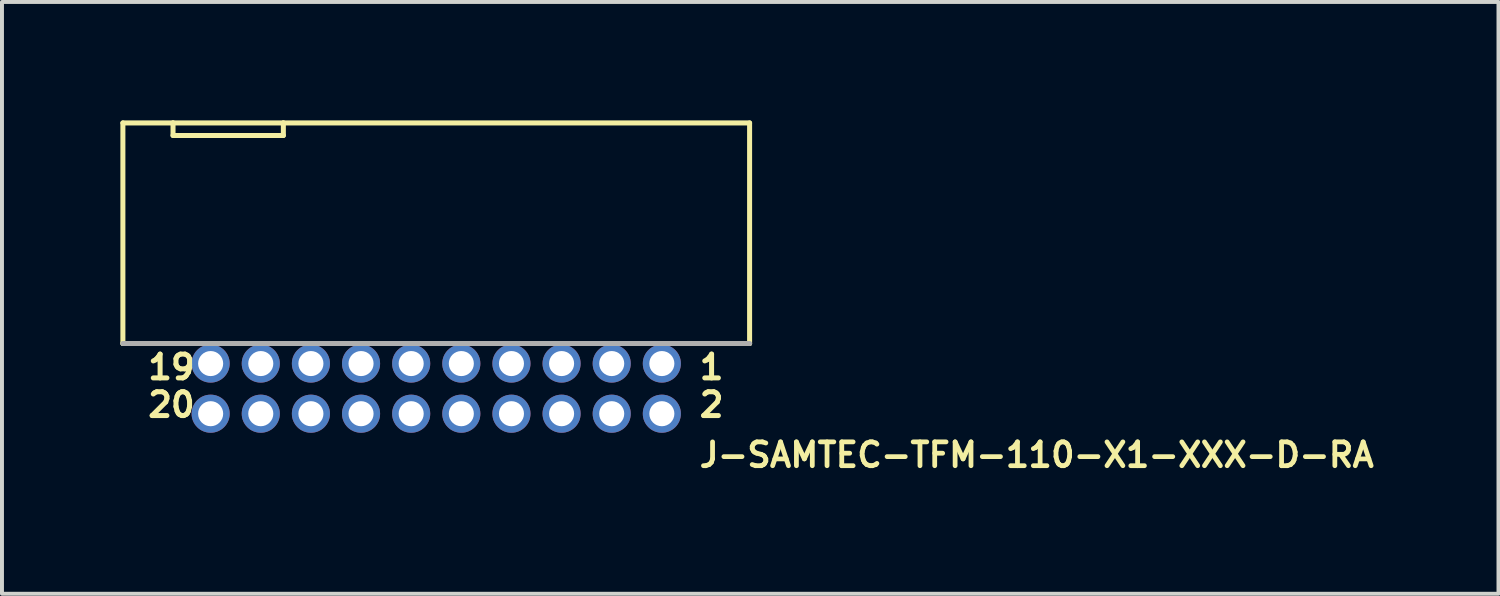
<source format=kicad_pcb>
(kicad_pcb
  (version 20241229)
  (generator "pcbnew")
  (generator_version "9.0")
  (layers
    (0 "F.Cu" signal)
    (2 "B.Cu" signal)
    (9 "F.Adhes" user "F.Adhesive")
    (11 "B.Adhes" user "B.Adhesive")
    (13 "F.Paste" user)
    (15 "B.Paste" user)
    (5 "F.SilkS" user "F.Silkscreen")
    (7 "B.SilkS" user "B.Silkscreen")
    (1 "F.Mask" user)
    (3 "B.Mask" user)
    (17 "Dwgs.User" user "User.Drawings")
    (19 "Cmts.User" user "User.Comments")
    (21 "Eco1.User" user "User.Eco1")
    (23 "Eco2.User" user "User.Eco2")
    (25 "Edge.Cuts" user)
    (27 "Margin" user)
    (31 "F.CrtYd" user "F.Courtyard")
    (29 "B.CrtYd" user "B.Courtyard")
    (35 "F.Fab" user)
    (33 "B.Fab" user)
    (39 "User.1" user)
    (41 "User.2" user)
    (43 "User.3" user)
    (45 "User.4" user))
  (footprint "J-SAMTEC-TFM-110-X1-XXX-D-RA"
    (layer "F.Cu")
    (at 8.001 6.795)
    (property "Reference" "J-SAMTEC-TFM-110-X1-XXX-D-RA" (at 6.604 2.032 0) (layer "F.SilkS") (effects (font (size 0.603 0.603) (thickness 0.121)) (justify left bottom)))
    (attr through_hole)
    (fp_line (start -7.938 -6.731) (end -6.668 -6.731) (stroke (width 0.127) (type solid)) (layer "F.SilkS"))
    (fp_line (start -7.938 -1.143) (end -7.938 -6.731) (stroke (width 0.127) (type solid)) (layer "F.SilkS"))
    (fp_line (start -7.938 -1.143) (end -6.668 -1.143) (stroke (width 0.127) (type solid)) (layer "F.SilkS"))
    (fp_line (start -6.668 -6.731) (end -6.668 -6.413) (stroke (width 0.127) (type solid)) (layer "F.SilkS"))
    (fp_line (start -6.668 -6.731) (end -3.873 -6.731) (stroke (width 0.127) (type solid)) (layer "F.SilkS"))
    (fp_line (start -6.668 -6.413) (end -3.873 -6.413) (stroke (width 0.127) (type solid)) (layer "F.SilkS"))
    (fp_line (start -3.873 -6.731) (end 7.938 -6.731) (stroke (width 0.127) (type solid)) (layer "F.SilkS"))
    (fp_line (start -3.873 -6.413) (end -3.873 -6.731) (stroke (width 0.127) (type solid)) (layer "F.SilkS"))
    (fp_line (start 6.477 -1.143) (end 7.938 -1.143) (stroke (width 0.127) (type solid)) (layer "F.SilkS"))
    (fp_line (start 7.938 -6.731) (end 7.938 -1.143) (stroke (width 0.127) (type solid)) (layer "F.SilkS"))
    (fp_line (start -7.938 -1.143) (end 7.938 -1.143) (stroke (width 0.127) (type solid)) (layer "F.Fab"))
    (fp_text user "1" (at 6.604 -0.191 0) (layer "F.SilkS") (effects (font (size 0.603 0.603) (thickness 0.127)) (justify left bottom)))
    (fp_text user "20" (at -7.366 0.762 0) (layer "F.SilkS") (effects (font (size 0.603 0.603) (thickness 0.127)) (justify left bottom)))
    (fp_text user "19" (at -7.366 -0.191 0) (layer "F.SilkS") (effects (font (size 0.603 0.603) (thickness 0.127)) (justify left bottom)))
    (fp_text user "2" (at 6.604 0.762 0) (layer "F.SilkS") (effects (font (size 0.603 0.603) (thickness 0.127)) (justify left bottom)))
    (pad "1" thru_hole circle (at 5.715 -0.635 90) (size 0.965 0.965) (drill 0.635) (layers "*.Cu" "*.Mask"))
    (pad "2" thru_hole circle (at 5.715 0.635 270) (size 0.965 0.965) (drill 0.635) (layers "*.Cu" "*.Mask"))
    (pad "3" thru_hole circle (at 4.445 -0.635 90) (size 0.965 0.965) (drill 0.635) (layers "*.Cu" "*.Mask"))
    (pad "4" thru_hole circle (at 4.445 0.635 270) (size 0.965 0.965) (drill 0.635) (layers "*.Cu" "*.Mask"))
    (pad "5" thru_hole circle (at 3.175 -0.635 90) (size 0.965 0.965) (drill 0.635) (layers "*.Cu" "*.Mask"))
    (pad "6" thru_hole circle (at 3.175 0.635 270) (size 0.965 0.965) (drill 0.635) (layers "*.Cu" "*.Mask"))
    (pad "7" thru_hole circle (at 1.905 -0.635 90) (size 0.965 0.965) (drill 0.635) (layers "*.Cu" "*.Mask"))
    (pad "8" thru_hole circle (at 1.905 0.635 270) (size 0.965 0.965) (drill 0.635) (layers "*.Cu" "*.Mask"))
    (pad "9" thru_hole circle (at 0.635 -0.635 90) (size 0.965 0.965) (drill 0.635) (layers "*.Cu" "*.Mask"))
    (pad "10" thru_hole circle (at 0.635 0.635 270) (size 0.965 0.965) (drill 0.635) (layers "*.Cu" "*.Mask"))
    (pad "11" thru_hole circle (at -0.635 -0.635 90) (size 0.965 0.965) (drill 0.635) (layers "*.Cu" "*.Mask"))
    (pad "12" thru_hole circle (at -0.635 0.635 270) (size 0.965 0.965) (drill 0.635) (layers "*.Cu" "*.Mask"))
    (pad "13" thru_hole circle (at -1.905 -0.635 90) (size 0.965 0.965) (drill 0.635) (layers "*.Cu" "*.Mask"))
    (pad "14" thru_hole circle (at -1.905 0.635 270) (size 0.965 0.965) (drill 0.635) (layers "*.Cu" "*.Mask"))
    (pad "15" thru_hole circle (at -3.175 -0.635 90) (size 0.965 0.965) (drill 0.635) (layers "*.Cu" "*.Mask"))
    (pad "16" thru_hole circle (at -3.175 0.635 270) (size 0.965 0.965) (drill 0.635) (layers "*.Cu" "*.Mask"))
    (pad "17" thru_hole circle (at -4.445 -0.635 90) (size 0.965 0.965) (drill 0.635) (layers "*.Cu" "*.Mask"))
    (pad "18" thru_hole circle (at -4.445 0.635 270) (size 0.965 0.965) (drill 0.635) (layers "*.Cu" "*.Mask"))
    (pad "19" thru_hole circle (at -5.715 -0.635 90) (size 0.965 0.965) (drill 0.635) (layers "*.Cu" "*.Mask"))
    (pad "20" thru_hole circle (at -5.715 0.635 270) (size 0.965 0.965) (drill 0.635) (layers "*.Cu" "*.Mask")))
  (gr_rect
    (start -3 -3)
    (end 34.91 11.991)
    (stroke (width 0.1) (type default))
    (fill no)
    (layer "Edge.Cuts")))
</source>
